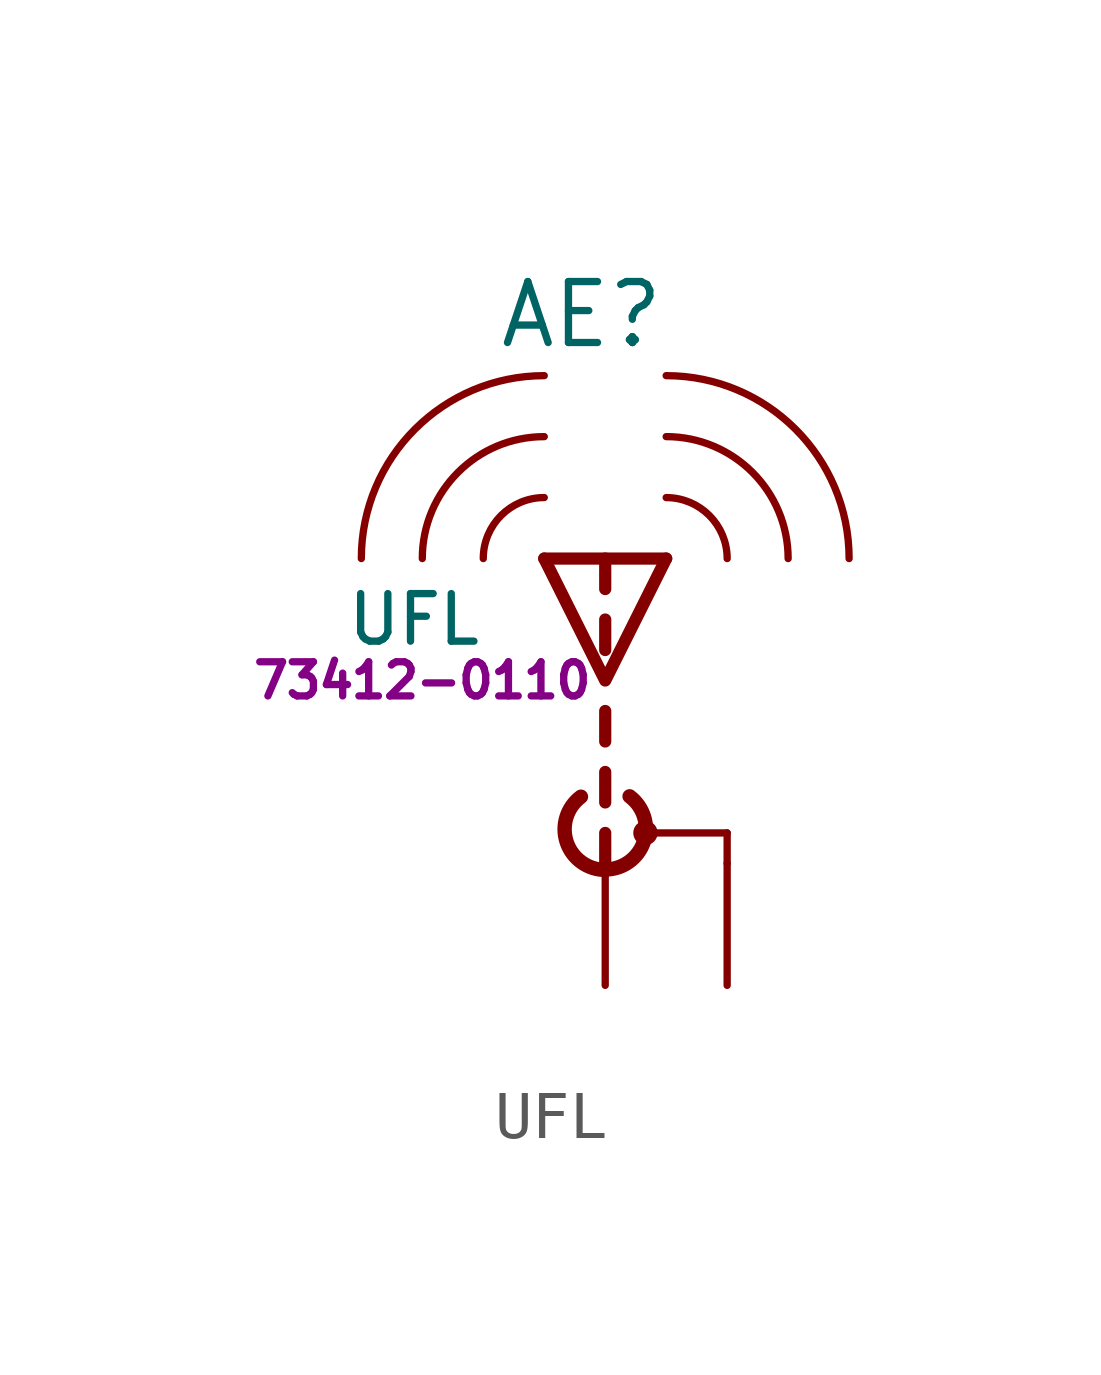
<source format=kicad_sym>
(kicad_symbol_lib
  (version 20241209)
  (generator "kicad_symbol_editor")
  (generator_version "9.0")
  (symbol "UFL"
    (pin_numbers
      (hide yes))
    (pin_names
      (offset 1.016)
      (hide yes))
    (property "Reference" "AE"
      (at 1.27 7.62 0)
      (effects (font (size 1.27 1.27)) (justify right)))
    (property "Value" "UFL"
      (at -2.54 1.27 0)
      (effects (font (size 0.991 0.991)) (justify right)))
    (property "Manufacturer Part #" "73412-0110"
      (at -3.81 0 0)
      (effects (font (size 0.711 0.711))))
    (symbol "UFL_0_1"
      (arc (start -3.81 2.54) (mid -3.0661 4.3361) (end -1.27 5.08) (stroke (width 0) (type default)) (fill (type none)))
      (arc (start -5.08 2.54) (mid -3.9641 5.2341) (end -1.27 6.35) (stroke (width 0) (type default)) (fill (type none)))
      (arc (start -2.54 2.54) (mid -2.168 3.438) (end -1.27 3.81) (stroke (width 0) (type default)) (fill (type none)))
      (polyline (pts (xy 0 2.54) (xy 0 1.905)) (stroke (width 0.254) (type default)) (fill (type none)))
      (polyline (pts (xy 0 1.27) (xy 0 0.635)) (stroke (width 0.254) (type default)) (fill (type none)))
      (polyline (pts (xy 0 -0.635) (xy 0 -1.27)) (stroke (width 0.254) (type default)) (fill (type none)))
      (polyline (pts (xy 0 -1.905) (xy 0 -2.54)) (stroke (width 0.254) (type default)) (fill (type none)))
      (polyline (pts (xy 0 -3.175) (xy 0 -3.81)) (stroke (width 0.254) (type default)) (fill (type none)))
      (arc (start 0.0021 -3.9448) (mid -0.8025 -3.3663) (end -0.5059 -2.4208) (stroke (width 0.3) (type default)) (fill (type none)))
      (arc (start 0.508 -2.413) (mid 0.8046 -3.3585) (end 0 -3.937) (stroke (width 0.3) (type default)) (fill (type none)))
      (polyline (pts (xy 0.762 -3.175) (xy 2.54 -3.175)) (stroke (width 0) (type default)) (fill (type none)))
      (circle (center 0.838 -3.175) (radius 0.178) (stroke (width 0) (type default)) (fill (type outline)))
      (polyline (pts (xy 1.27 2.54) (xy 0 2.54) (xy -1.27 2.54)) (stroke (width 0.254) (type default)) (fill (type none)))
      (polyline (pts (xy 1.27 2.54) (xy 0 0) (xy -1.27 2.54)) (stroke (width 0.254) (type default)) (fill (type none)))
      (arc (start 1.27 6.35) (mid 3.9641 5.2341) (end 5.08 2.54) (stroke (width 0) (type default)) (fill (type none)))
      (arc (start 1.27 5.08) (mid 3.0661 4.3361) (end 3.81 2.54) (stroke (width 0) (type default)) (fill (type none)))
      (arc (start 1.27 3.81) (mid 2.168 3.438) (end 2.54 2.54) (stroke (width 0) (type default)) (fill (type none)))
      (polyline (pts (xy 2.54 -3.81) (xy 2.54 -3.175)) (stroke (width 0) (type default)) (fill (type none))))
    (symbol "UFL_1_1"
      (pin input line (at 0 -6.35 90) (length 2.54) (name "A" (effects (font (size 0.991 0.991)))) (number "1" (effects (font (size 1.27 1.27)))))
      (pin input line (at 2.54 -6.35 90) (length 2.54) (name "Shield" (effects (font (size 0.991 0.991)))) (number "2" (effects (font (size 1.27 1.27))))))))
</source>
